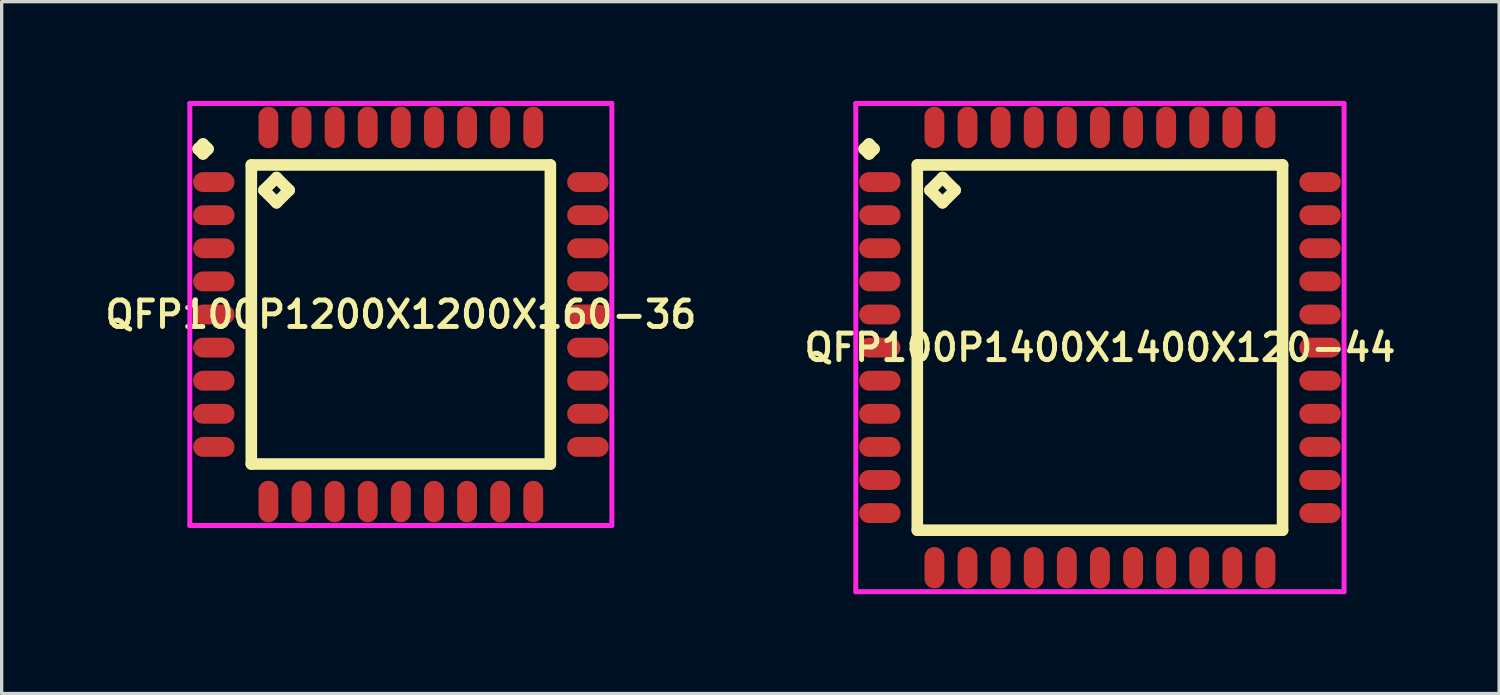
<source format=kicad_pcb>
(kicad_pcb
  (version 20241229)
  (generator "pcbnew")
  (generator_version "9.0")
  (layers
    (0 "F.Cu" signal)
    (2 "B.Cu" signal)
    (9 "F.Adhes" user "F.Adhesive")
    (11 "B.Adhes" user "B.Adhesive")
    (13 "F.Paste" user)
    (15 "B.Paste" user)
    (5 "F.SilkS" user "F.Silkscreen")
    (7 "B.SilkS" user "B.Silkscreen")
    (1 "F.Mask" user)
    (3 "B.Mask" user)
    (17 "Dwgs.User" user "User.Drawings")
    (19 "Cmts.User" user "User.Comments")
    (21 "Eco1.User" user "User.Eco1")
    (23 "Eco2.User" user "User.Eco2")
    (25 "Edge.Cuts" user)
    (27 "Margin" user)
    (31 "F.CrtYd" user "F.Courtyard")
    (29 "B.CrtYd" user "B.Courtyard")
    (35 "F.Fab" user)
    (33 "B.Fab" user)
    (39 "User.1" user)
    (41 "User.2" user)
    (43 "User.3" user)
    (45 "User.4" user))
  (footprint "QFP100P1400X1400X120-44"
    (layer "F.Cu")
    (at 30.178 7.45)
    (property "Reference" "QFP100P1400X1400X120-44" (at 0 0 0) (layer "F.SilkS") (effects (font (size 0.8 0.8) (thickness 0.15))))
    (attr smd)
    (fp_line (start -7.125 -6) (end -6.975 -6.15) (stroke (width 0.35) (type solid)) (layer "F.SilkS"))
    (fp_line (start -6.975 -6.15) (end -6.825 -6) (stroke (width 0.35) (type solid)) (layer "F.SilkS"))
    (fp_line (start -6.975 -5.85) (end -7.125 -6) (stroke (width 0.35) (type solid)) (layer "F.SilkS"))
    (fp_line (start -6.825 -6) (end -6.975 -5.85) (stroke (width 0.35) (type solid)) (layer "F.SilkS"))
    (fp_line (start -5.517 -5.517) (end -5.517 5.517) (stroke (width 0.35) (type solid)) (layer "F.SilkS"))
    (fp_line (start -5.517 5.517) (end 5.517 5.517) (stroke (width 0.35) (type solid)) (layer "F.SilkS"))
    (fp_line (start -5.136 -4.755) (end -4.755 -5.136) (stroke (width 0.35) (type solid)) (layer "F.SilkS"))
    (fp_line (start -4.755 -5.136) (end -4.374 -4.755) (stroke (width 0.35) (type solid)) (layer "F.SilkS"))
    (fp_line (start -4.755 -4.374) (end -5.136 -4.755) (stroke (width 0.35) (type solid)) (layer "F.SilkS"))
    (fp_line (start -4.374 -4.755) (end -4.755 -4.374) (stroke (width 0.35) (type solid)) (layer "F.SilkS"))
    (fp_line (start 5.517 -5.517) (end -5.517 -5.517) (stroke (width 0.35) (type solid)) (layer "F.SilkS"))
    (fp_line (start 5.517 5.517) (end 5.517 -5.517) (stroke (width 0.35) (type solid)) (layer "F.SilkS"))
    (fp_line (start -7.375 -7.375) (end 7.375 -7.375) (stroke (width 0.15) (type solid)) (layer "F.CrtYd"))
    (fp_line (start -7.375 7.375) (end -7.375 -7.375) (stroke (width 0.15) (type solid)) (layer "F.CrtYd"))
    (fp_line (start 7.375 -7.375) (end 7.375 7.375) (stroke (width 0.15) (type solid)) (layer "F.CrtYd"))
    (fp_line (start 7.375 7.375) (end -7.375 7.375) (stroke (width 0.15) (type solid)) (layer "F.CrtYd"))
    (pad "1" smd oval (at -6.65 -5) (size 1.25 0.6) (layers "F.Cu" "F.Mask" "F.Paste"))
    (pad "2" smd oval (at -6.65 -4) (size 1.25 0.6) (layers "F.Cu" "F.Mask" "F.Paste"))
    (pad "3" smd oval (at -6.65 -3) (size 1.25 0.6) (layers "F.Cu" "F.Mask" "F.Paste"))
    (pad "4" smd oval (at -6.65 -2) (size 1.25 0.6) (layers "F.Cu" "F.Mask" "F.Paste"))
    (pad "5" smd oval (at -6.65 -1) (size 1.25 0.6) (layers "F.Cu" "F.Mask" "F.Paste"))
    (pad "6" smd oval (at -6.65 0) (size 1.25 0.6) (layers "F.Cu" "F.Mask" "F.Paste"))
    (pad "7" smd oval (at -6.65 1) (size 1.25 0.6) (layers "F.Cu" "F.Mask" "F.Paste"))
    (pad "8" smd oval (at -6.65 2) (size 1.25 0.6) (layers "F.Cu" "F.Mask" "F.Paste"))
    (pad "9" smd oval (at -6.65 3) (size 1.25 0.6) (layers "F.Cu" "F.Mask" "F.Paste"))
    (pad "10" smd oval (at -6.65 4) (size 1.25 0.6) (layers "F.Cu" "F.Mask" "F.Paste"))
    (pad "11" smd oval (at -6.65 5) (size 1.25 0.6) (layers "F.Cu" "F.Mask" "F.Paste"))
    (pad "12" smd oval (at -5 6.65) (size 0.6 1.25) (layers "F.Cu" "F.Mask" "F.Paste"))
    (pad "13" smd oval (at -4 6.65) (size 0.6 1.25) (layers "F.Cu" "F.Mask" "F.Paste"))
    (pad "14" smd oval (at -3 6.65) (size 0.6 1.25) (layers "F.Cu" "F.Mask" "F.Paste"))
    (pad "15" smd oval (at -2 6.65) (size 0.6 1.25) (layers "F.Cu" "F.Mask" "F.Paste"))
    (pad "16" smd oval (at -1 6.65) (size 0.6 1.25) (layers "F.Cu" "F.Mask" "F.Paste"))
    (pad "17" smd oval (at 0 6.65) (size 0.6 1.25) (layers "F.Cu" "F.Mask" "F.Paste"))
    (pad "18" smd oval (at 1 6.65) (size 0.6 1.25) (layers "F.Cu" "F.Mask" "F.Paste"))
    (pad "19" smd oval (at 2 6.65) (size 0.6 1.25) (layers "F.Cu" "F.Mask" "F.Paste"))
    (pad "20" smd oval (at 3 6.65) (size 0.6 1.25) (layers "F.Cu" "F.Mask" "F.Paste"))
    (pad "21" smd oval (at 4 6.65) (size 0.6 1.25) (layers "F.Cu" "F.Mask" "F.Paste"))
    (pad "22" smd oval (at 5 6.65) (size 0.6 1.25) (layers "F.Cu" "F.Mask" "F.Paste"))
    (pad "23" smd oval (at 6.65 5) (size 1.25 0.6) (layers "F.Cu" "F.Mask" "F.Paste"))
    (pad "24" smd oval (at 6.65 4) (size 1.25 0.6) (layers "F.Cu" "F.Mask" "F.Paste"))
    (pad "25" smd oval (at 6.65 3) (size 1.25 0.6) (layers "F.Cu" "F.Mask" "F.Paste"))
    (pad "26" smd oval (at 6.65 2) (size 1.25 0.6) (layers "F.Cu" "F.Mask" "F.Paste"))
    (pad "27" smd oval (at 6.65 1) (size 1.25 0.6) (layers "F.Cu" "F.Mask" "F.Paste"))
    (pad "28" smd oval (at 6.65 0) (size 1.25 0.6) (layers "F.Cu" "F.Mask" "F.Paste"))
    (pad "29" smd oval (at 6.65 -1) (size 1.25 0.6) (layers "F.Cu" "F.Mask" "F.Paste"))
    (pad "30" smd oval (at 6.65 -2) (size 1.25 0.6) (layers "F.Cu" "F.Mask" "F.Paste"))
    (pad "31" smd oval (at 6.65 -3) (size 1.25 0.6) (layers "F.Cu" "F.Mask" "F.Paste"))
    (pad "32" smd oval (at 6.65 -4) (size 1.25 0.6) (layers "F.Cu" "F.Mask" "F.Paste"))
    (pad "33" smd oval (at 6.65 -5) (size 1.25 0.6) (layers "F.Cu" "F.Mask" "F.Paste"))
    (pad "34" smd oval (at 5 -6.65) (size 0.6 1.25) (layers "F.Cu" "F.Mask" "F.Paste"))
    (pad "35" smd oval (at 4 -6.65) (size 0.6 1.25) (layers "F.Cu" "F.Mask" "F.Paste"))
    (pad "36" smd oval (at 3 -6.65) (size 0.6 1.25) (layers "F.Cu" "F.Mask" "F.Paste"))
    (pad "37" smd oval (at 2 -6.65) (size 0.6 1.25) (layers "F.Cu" "F.Mask" "F.Paste"))
    (pad "38" smd oval (at 1 -6.65) (size 0.6 1.25) (layers "F.Cu" "F.Mask" "F.Paste"))
    (pad "39" smd oval (at 0 -6.65) (size 0.6 1.25) (layers "F.Cu" "F.Mask" "F.Paste"))
    (pad "40" smd oval (at -1 -6.65) (size 0.6 1.25) (layers "F.Cu" "F.Mask" "F.Paste"))
    (pad "41" smd oval (at -2 -6.65) (size 0.6 1.25) (layers "F.Cu" "F.Mask" "F.Paste"))
    (pad "42" smd oval (at -3 -6.65) (size 0.6 1.25) (layers "F.Cu" "F.Mask" "F.Paste"))
    (pad "43" smd oval (at -4 -6.65) (size 0.6 1.25) (layers "F.Cu" "F.Mask" "F.Paste"))
    (pad "44" smd oval (at -5 -6.65) (size 0.6 1.25) (layers "F.Cu" "F.Mask" "F.Paste")))
  (footprint "QFP100P1200X1200X160-36"
    (layer "F.Cu")
    (at 9.059 6.45)
    (property "Reference" "QFP100P1200X1200X160-36" (at 0 0 0) (layer "F.SilkS") (effects (font (size 0.8 0.8) (thickness 0.15))))
    (attr through_hole)
    (fp_line (start -6.125 -5) (end -5.975 -5.15) (stroke (width 0.35) (type solid)) (layer "F.SilkS"))
    (fp_line (start -5.975 -5.15) (end -5.825 -5) (stroke (width 0.35) (type solid)) (layer "F.SilkS"))
    (fp_line (start -5.975 -4.85) (end -6.125 -5) (stroke (width 0.35) (type solid)) (layer "F.SilkS"))
    (fp_line (start -5.825 -5) (end -5.975 -4.85) (stroke (width 0.35) (type solid)) (layer "F.SilkS"))
    (fp_line (start -4.517 -4.517) (end -4.517 4.517) (stroke (width 0.35) (type solid)) (layer "F.SilkS"))
    (fp_line (start -4.517 4.517) (end 4.517 4.517) (stroke (width 0.35) (type solid)) (layer "F.SilkS"))
    (fp_line (start -4.136 -3.755) (end -3.755 -4.136) (stroke (width 0.35) (type solid)) (layer "F.SilkS"))
    (fp_line (start -3.755 -4.136) (end -3.374 -3.755) (stroke (width 0.35) (type solid)) (layer "F.SilkS"))
    (fp_line (start -3.755 -3.374) (end -4.136 -3.755) (stroke (width 0.35) (type solid)) (layer "F.SilkS"))
    (fp_line (start -3.374 -3.755) (end -3.755 -3.374) (stroke (width 0.35) (type solid)) (layer "F.SilkS"))
    (fp_line (start 4.517 -4.517) (end -4.517 -4.517) (stroke (width 0.35) (type solid)) (layer "F.SilkS"))
    (fp_line (start 4.517 4.517) (end 4.517 -4.517) (stroke (width 0.35) (type solid)) (layer "F.SilkS"))
    (fp_line (start -6.375 -6.375) (end 6.375 -6.375) (stroke (width 0.15) (type solid)) (layer "F.CrtYd"))
    (fp_line (start -6.375 6.375) (end -6.375 -6.375) (stroke (width 0.15) (type solid)) (layer "F.CrtYd"))
    (fp_line (start 6.375 -6.375) (end 6.375 6.375) (stroke (width 0.15) (type solid)) (layer "F.CrtYd"))
    (fp_line (start 6.375 6.375) (end -6.375 6.375) (stroke (width 0.15) (type solid)) (layer "F.CrtYd"))
    (pad "1" smd oval (at -5.65 -4) (size 1.25 0.6) (layers "F.Cu" "F.Mask" "F.Paste"))
    (pad "2" smd oval (at -5.65 -3) (size 1.25 0.6) (layers "F.Cu" "F.Mask" "F.Paste"))
    (pad "3" smd oval (at -5.65 -2) (size 1.25 0.6) (layers "F.Cu" "F.Mask" "F.Paste"))
    (pad "4" smd oval (at -5.65 -1) (size 1.25 0.6) (layers "F.Cu" "F.Mask" "F.Paste"))
    (pad "5" smd oval (at -5.65 0) (size 1.25 0.6) (layers "F.Cu" "F.Mask" "F.Paste"))
    (pad "6" smd oval (at -5.65 1) (size 1.25 0.6) (layers "F.Cu" "F.Mask" "F.Paste"))
    (pad "7" smd oval (at -5.65 2) (size 1.25 0.6) (layers "F.Cu" "F.Mask" "F.Paste"))
    (pad "8" smd oval (at -5.65 3) (size 1.25 0.6) (layers "F.Cu" "F.Mask" "F.Paste"))
    (pad "9" smd oval (at -5.65 4) (size 1.25 0.6) (layers "F.Cu" "F.Mask" "F.Paste"))
    (pad "10" smd oval (at -4 5.65) (size 0.6 1.25) (layers "F.Cu" "F.Mask" "F.Paste"))
    (pad "11" smd oval (at -3 5.65) (size 0.6 1.25) (layers "F.Cu" "F.Mask" "F.Paste"))
    (pad "12" smd oval (at -2 5.65) (size 0.6 1.25) (layers "F.Cu" "F.Mask" "F.Paste"))
    (pad "13" smd oval (at -1 5.65) (size 0.6 1.25) (layers "F.Cu" "F.Mask" "F.Paste"))
    (pad "14" smd oval (at 0 5.65) (size 0.6 1.25) (layers "F.Cu" "F.Mask" "F.Paste"))
    (pad "15" smd oval (at 1 5.65) (size 0.6 1.25) (layers "F.Cu" "F.Mask" "F.Paste"))
    (pad "16" smd oval (at 2 5.65) (size 0.6 1.25) (layers "F.Cu" "F.Mask" "F.Paste"))
    (pad "17" smd oval (at 3 5.65) (size 0.6 1.25) (layers "F.Cu" "F.Mask" "F.Paste"))
    (pad "18" smd oval (at 4 5.65) (size 0.6 1.25) (layers "F.Cu" "F.Mask" "F.Paste"))
    (pad "19" smd oval (at 5.65 4) (size 1.25 0.6) (layers "F.Cu" "F.Mask" "F.Paste"))
    (pad "20" smd oval (at 5.65 3) (size 1.25 0.6) (layers "F.Cu" "F.Mask" "F.Paste"))
    (pad "21" smd oval (at 5.65 2) (size 1.25 0.6) (layers "F.Cu" "F.Mask" "F.Paste"))
    (pad "22" smd oval (at 5.65 1) (size 1.25 0.6) (layers "F.Cu" "F.Mask" "F.Paste"))
    (pad "23" smd oval (at 5.65 0) (size 1.25 0.6) (layers "F.Cu" "F.Mask" "F.Paste"))
    (pad "24" smd oval (at 5.65 -1) (size 1.25 0.6) (layers "F.Cu" "F.Mask" "F.Paste"))
    (pad "25" smd oval (at 5.65 -2) (size 1.25 0.6) (layers "F.Cu" "F.Mask" "F.Paste"))
    (pad "26" smd oval (at 5.65 -3) (size 1.25 0.6) (layers "F.Cu" "F.Mask" "F.Paste"))
    (pad "27" smd oval (at 5.65 -4) (size 1.25 0.6) (layers "F.Cu" "F.Mask" "F.Paste"))
    (pad "28" smd oval (at 4 -5.65) (size 0.6 1.25) (layers "F.Cu" "F.Mask" "F.Paste"))
    (pad "29" smd oval (at 3 -5.65) (size 0.6 1.25) (layers "F.Cu" "F.Mask" "F.Paste"))
    (pad "30" smd oval (at 2 -5.65) (size 0.6 1.25) (layers "F.Cu" "F.Mask" "F.Paste"))
    (pad "31" smd oval (at 1 -5.65) (size 0.6 1.25) (layers "F.Cu" "F.Mask" "F.Paste"))
    (pad "32" smd oval (at 0 -5.65) (size 0.6 1.25) (layers "F.Cu" "F.Mask" "F.Paste"))
    (pad "33" smd oval (at -1 -5.65) (size 0.6 1.25) (layers "F.Cu" "F.Mask" "F.Paste"))
    (pad "34" smd oval (at -2 -5.65) (size 0.6 1.25) (layers "F.Cu" "F.Mask" "F.Paste"))
    (pad "35" smd oval (at -3 -5.65) (size 0.6 1.25) (layers "F.Cu" "F.Mask" "F.Paste"))
    (pad "36" smd oval (at -4 -5.65) (size 0.6 1.25) (layers "F.Cu" "F.Mask" "F.Paste")))
  (gr_rect
    (start -3 -3)
    (end 42.237 17.9)
    (stroke (width 0.1) (type default))
    (fill no)
    (layer "Edge.Cuts")))
</source>
